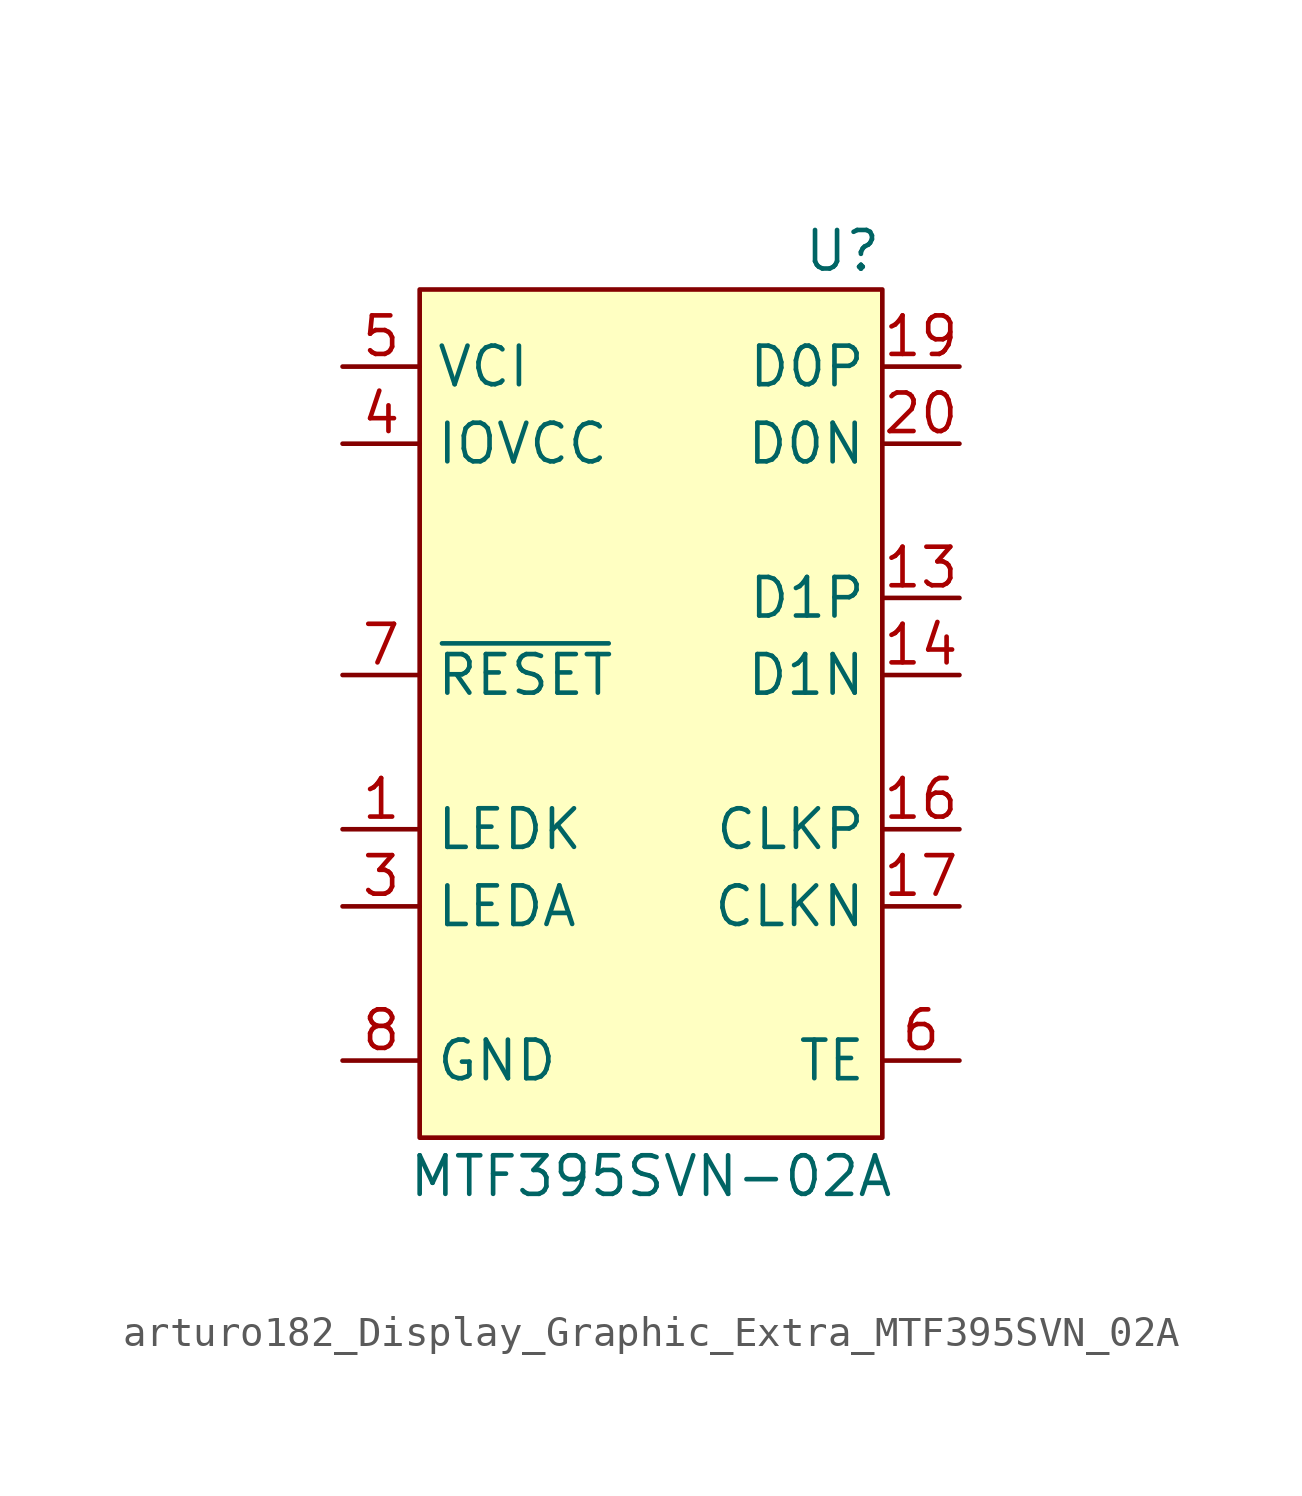
<source format=kicad_sym>
(kicad_symbol_lib
  (version 20220914)
  (generator kicad_symbol_editor)
  (symbol "arturo182_Display_Graphic_Extra_MTF395SVN_02A"
    (property "Reference" "U"
      (at 7.62 16.51 0)
      (effects (font (size 1.27 1.27)) (justify right)))
    (property "Value" "MTF395SVN-02A"
      (at 0 -13.97 0)
      (effects (font (size 1.27 1.27))))
    (symbol "arturo182_Display_Graphic_Extra_MTF395SVN_02A_0_1"
      (rectangle (start -7.62 15.24) (end 7.62 -12.7) (stroke (width 0) (type default)) (fill (type background))))
    (symbol "arturo182_Display_Graphic_Extra_MTF395SVN_02A_1_1"
      (pin input line (at -10.16 -2.54 0) (length 2.54) (name "LEDK" (effects (font (size 1.27 1.27)))) (number "1" (effects (font (size 1.27 1.27)))))
      (pin passive line (at -10.16 -10.16 0) (length 2.54) hide (name "GND" (effects (font (size 1.27 1.27)))) (number "12" (effects (font (size 1.27 1.27)))))
      (pin bidirectional line (at 10.16 5.08 180) (length 2.54) (name "D1P" (effects (font (size 1.27 1.27)))) (number "13" (effects (font (size 1.27 1.27)))))
      (pin bidirectional line (at 10.16 2.54 180) (length 2.54) (name "D1N" (effects (font (size 1.27 1.27)))) (number "14" (effects (font (size 1.27 1.27)))))
      (pin passive line (at -10.16 -10.16 0) (length 2.54) hide (name "GND" (effects (font (size 1.27 1.27)))) (number "15" (effects (font (size 1.27 1.27)))))
      (pin bidirectional line (at 10.16 -2.54 180) (length 2.54) (name "CLKP" (effects (font (size 1.27 1.27)))) (number "16" (effects (font (size 1.27 1.27)))))
      (pin bidirectional line (at 10.16 -5.08 180) (length 2.54) (name "CLKN" (effects (font (size 1.27 1.27)))) (number "17" (effects (font (size 1.27 1.27)))))
      (pin passive line (at -10.16 -10.16 0) (length 2.54) hide (name "GND" (effects (font (size 1.27 1.27)))) (number "18" (effects (font (size 1.27 1.27)))))
      (pin bidirectional line (at 10.16 12.7 180) (length 2.54) (name "D0P" (effects (font (size 1.27 1.27)))) (number "19" (effects (font (size 1.27 1.27)))))
      (pin passive line (at -10.16 -2.54 0) (length 2.54) hide (name "LEDK" (effects (font (size 1.27 1.27)))) (number "2" (effects (font (size 1.27 1.27)))))
      (pin bidirectional line (at 10.16 10.16 180) (length 2.54) (name "D0N" (effects (font (size 1.27 1.27)))) (number "20" (effects (font (size 1.27 1.27)))))
      (pin passive line (at -10.16 -10.16 0) (length 2.54) hide (name "GND" (effects (font (size 1.27 1.27)))) (number "21" (effects (font (size 1.27 1.27)))))
      (pin passive line (at -10.16 -10.16 0) (length 2.54) hide (name "GND" (effects (font (size 1.27 1.27)))) (number "24" (effects (font (size 1.27 1.27)))))
      (pin input line (at -10.16 -5.08 0) (length 2.54) (name "LEDA" (effects (font (size 1.27 1.27)))) (number "3" (effects (font (size 1.27 1.27)))))
      (pin passive line (at -10.16 -10.16 0) (length 2.54) hide (name "GND" (effects (font (size 1.27 1.27)))) (number "30" (effects (font (size 1.27 1.27)))))
      (pin power_in line (at -10.16 10.16 0) (length 2.54) (name "IOVCC" (effects (font (size 1.27 1.27)))) (number "4" (effects (font (size 1.27 1.27)))))
      (pin power_in line (at -10.16 12.7 0) (length 2.54) (name "VCI" (effects (font (size 1.27 1.27)))) (number "5" (effects (font (size 1.27 1.27)))))
      (pin output line (at 10.16 -10.16 180) (length 2.54) (name "TE" (effects (font (size 1.27 1.27)))) (number "6" (effects (font (size 1.27 1.27)))))
      (pin input line (at -10.16 2.54 0) (length 2.54) (name "~{RESET}" (effects (font (size 1.27 1.27)))) (number "7" (effects (font (size 1.27 1.27)))))
      (pin power_in line (at -10.16 -10.16 0) (length 2.54) (name "GND" (effects (font (size 1.27 1.27)))) (number "8" (effects (font (size 1.27 1.27)))))
      (pin passive line (at -10.16 -10.16 0) (length 2.54) hide (name "GND" (effects (font (size 1.27 1.27)))) (number "9" (effects (font (size 1.27 1.27))))))))
</source>
